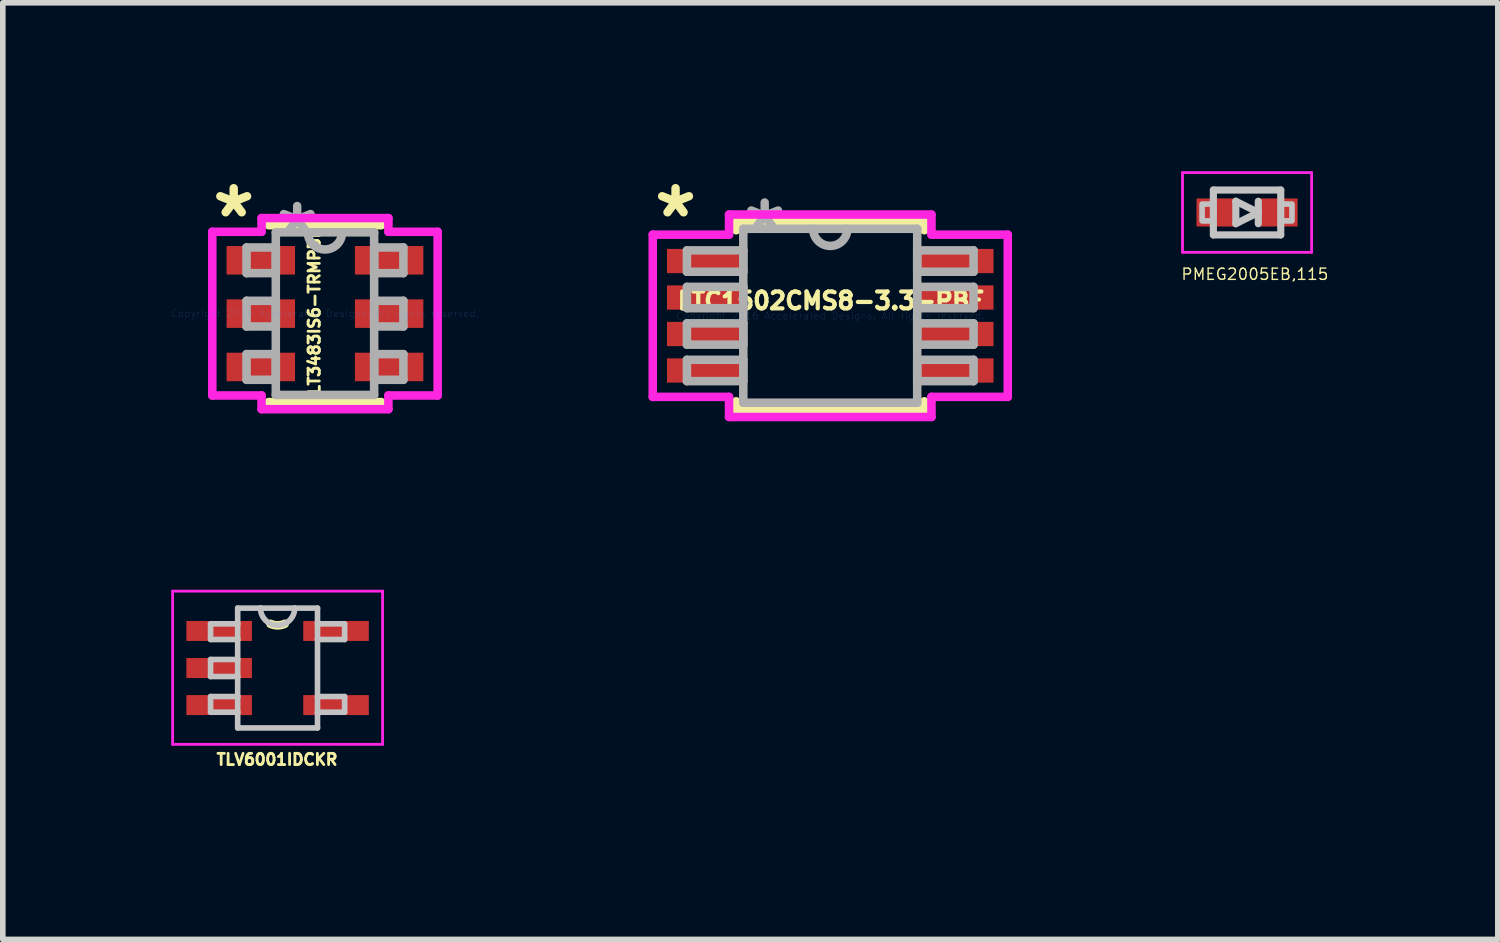
<source format=kicad_pcb>
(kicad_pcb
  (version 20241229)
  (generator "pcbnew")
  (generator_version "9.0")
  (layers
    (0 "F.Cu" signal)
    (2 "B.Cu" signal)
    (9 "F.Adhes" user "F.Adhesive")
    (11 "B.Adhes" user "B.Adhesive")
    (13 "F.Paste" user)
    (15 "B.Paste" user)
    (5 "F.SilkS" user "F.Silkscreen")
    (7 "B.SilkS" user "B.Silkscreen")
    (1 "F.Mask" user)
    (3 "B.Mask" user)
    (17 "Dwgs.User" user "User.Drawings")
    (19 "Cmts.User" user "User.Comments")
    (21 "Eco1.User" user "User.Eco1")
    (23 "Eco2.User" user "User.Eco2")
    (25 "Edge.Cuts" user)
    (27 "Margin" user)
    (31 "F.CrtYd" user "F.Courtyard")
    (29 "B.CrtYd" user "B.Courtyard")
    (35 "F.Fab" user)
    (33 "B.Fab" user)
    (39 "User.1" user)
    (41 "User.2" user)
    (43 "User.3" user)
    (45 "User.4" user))
  (footprint "LTC1502CMS8-3.3-PBF"
    (layer "F.Cu")
    (at 11.74 2.575)
    (property "Reference" "LTC1502CMS8-3.3-PBF" (at 0.013 -0.267 0) (layer "F.SilkS") (effects (font (size 0.3 0.3) (thickness 0.075))))
    (attr through_hole)
    (fp_line (start -1.676 -1.676) (end -1.676 -1.524) (stroke (width 0.152) (type solid)) (layer "F.SilkS"))
    (fp_line (start -1.676 1.524) (end -1.676 1.676) (stroke (width 0.152) (type solid)) (layer "F.SilkS"))
    (fp_line (start -1.676 1.676) (end 1.676 1.676) (stroke (width 0.152) (type solid)) (layer "F.SilkS"))
    (fp_line (start 1.676 -1.676) (end -1.676 -1.676) (stroke (width 0.152) (type solid)) (layer "F.SilkS"))
    (fp_line (start 1.676 -1.524) (end 1.676 -1.676) (stroke (width 0.152) (type solid)) (layer "F.SilkS"))
    (fp_line (start 1.676 1.676) (end 1.676 1.524) (stroke (width 0.152) (type solid)) (layer "F.SilkS"))
    (fp_line (start -3.162 -1.445) (end -1.803 -1.445) (stroke (width 0.152) (type solid)) (layer "F.CrtYd"))
    (fp_line (start -3.162 1.445) (end -3.162 -1.445) (stroke (width 0.152) (type solid)) (layer "F.CrtYd"))
    (fp_line (start -1.803 -1.803) (end 1.803 -1.803) (stroke (width 0.152) (type solid)) (layer "F.CrtYd"))
    (fp_line (start -1.803 -1.445) (end -1.803 -1.803) (stroke (width 0.152) (type solid)) (layer "F.CrtYd"))
    (fp_line (start -1.803 1.445) (end -3.162 1.445) (stroke (width 0.152) (type solid)) (layer "F.CrtYd"))
    (fp_line (start -1.803 1.803) (end -1.803 1.445) (stroke (width 0.152) (type solid)) (layer "F.CrtYd"))
    (fp_line (start 1.803 -1.803) (end 1.803 -1.445) (stroke (width 0.152) (type solid)) (layer "F.CrtYd"))
    (fp_line (start 1.803 -1.445) (end 3.162 -1.445) (stroke (width 0.152) (type solid)) (layer "F.CrtYd"))
    (fp_line (start 1.803 1.445) (end 1.803 1.803) (stroke (width 0.152) (type solid)) (layer "F.CrtYd"))
    (fp_line (start 1.803 1.803) (end -1.803 1.803) (stroke (width 0.152) (type solid)) (layer "F.CrtYd"))
    (fp_line (start 3.162 -1.445) (end 3.162 1.445) (stroke (width 0.152) (type solid)) (layer "F.CrtYd"))
    (fp_line (start 3.162 1.445) (end 1.803 1.445) (stroke (width 0.152) (type solid)) (layer "F.CrtYd"))
    (fp_line (start -2.553 -1.165) (end -2.553 -0.784) (stroke (width 0.152) (type solid)) (layer "F.Fab"))
    (fp_line (start -2.553 -0.784) (end -1.549 -0.784) (stroke (width 0.152) (type solid)) (layer "F.Fab"))
    (fp_line (start -2.553 -0.515) (end -2.553 -0.135) (stroke (width 0.152) (type solid)) (layer "F.Fab"))
    (fp_line (start -2.553 -0.135) (end -1.549 -0.135) (stroke (width 0.152) (type solid)) (layer "F.Fab"))
    (fp_line (start -2.553 0.135) (end -2.553 0.515) (stroke (width 0.152) (type solid)) (layer "F.Fab"))
    (fp_line (start -2.553 0.515) (end -1.549 0.515) (stroke (width 0.152) (type solid)) (layer "F.Fab"))
    (fp_line (start -2.553 0.784) (end -2.553 1.165) (stroke (width 0.152) (type solid)) (layer "F.Fab"))
    (fp_line (start -2.553 1.165) (end -1.549 1.165) (stroke (width 0.152) (type solid)) (layer "F.Fab"))
    (fp_line (start -1.549 -1.549) (end -1.549 1.549) (stroke (width 0.152) (type solid)) (layer "F.Fab"))
    (fp_line (start -1.549 -1.165) (end -2.553 -1.165) (stroke (width 0.152) (type solid)) (layer "F.Fab"))
    (fp_line (start -1.549 -0.784) (end -1.549 -1.165) (stroke (width 0.152) (type solid)) (layer "F.Fab"))
    (fp_line (start -1.549 -0.515) (end -2.553 -0.515) (stroke (width 0.152) (type solid)) (layer "F.Fab"))
    (fp_line (start -1.549 -0.135) (end -1.549 -0.515) (stroke (width 0.152) (type solid)) (layer "F.Fab"))
    (fp_line (start -1.549 0.135) (end -2.553 0.135) (stroke (width 0.152) (type solid)) (layer "F.Fab"))
    (fp_line (start -1.549 0.515) (end -1.549 0.135) (stroke (width 0.152) (type solid)) (layer "F.Fab"))
    (fp_line (start -1.549 0.784) (end -2.553 0.784) (stroke (width 0.152) (type solid)) (layer "F.Fab"))
    (fp_line (start -1.549 1.165) (end -1.549 0.784) (stroke (width 0.152) (type solid)) (layer "F.Fab"))
    (fp_line (start -1.549 1.549) (end 1.549 1.549) (stroke (width 0.152) (type solid)) (layer "F.Fab"))
    (fp_line (start 1.549 -1.549) (end -1.549 -1.549) (stroke (width 0.152) (type solid)) (layer "F.Fab"))
    (fp_line (start 1.549 -1.165) (end 1.549 -0.784) (stroke (width 0.152) (type solid)) (layer "F.Fab"))
    (fp_line (start 1.549 -0.784) (end 2.553 -0.784) (stroke (width 0.152) (type solid)) (layer "F.Fab"))
    (fp_line (start 1.549 -0.515) (end 1.549 -0.135) (stroke (width 0.152) (type solid)) (layer "F.Fab"))
    (fp_line (start 1.549 -0.135) (end 2.553 -0.135) (stroke (width 0.152) (type solid)) (layer "F.Fab"))
    (fp_line (start 1.549 0.135) (end 1.549 0.515) (stroke (width 0.152) (type solid)) (layer "F.Fab"))
    (fp_line (start 1.549 0.515) (end 2.553 0.515) (stroke (width 0.152) (type solid)) (layer "F.Fab"))
    (fp_line (start 1.549 0.784) (end 1.549 1.165) (stroke (width 0.152) (type solid)) (layer "F.Fab"))
    (fp_line (start 1.549 1.165) (end 2.553 1.165) (stroke (width 0.152) (type solid)) (layer "F.Fab"))
    (fp_line (start 1.549 1.549) (end 1.549 -1.549) (stroke (width 0.152) (type solid)) (layer "F.Fab"))
    (fp_line (start 2.553 -1.165) (end 1.549 -1.165) (stroke (width 0.152) (type solid)) (layer "F.Fab"))
    (fp_line (start 2.553 -0.784) (end 2.553 -1.165) (stroke (width 0.152) (type solid)) (layer "F.Fab"))
    (fp_line (start 2.553 -0.515) (end 1.549 -0.515) (stroke (width 0.152) (type solid)) (layer "F.Fab"))
    (fp_line (start 2.553 -0.135) (end 2.553 -0.515) (stroke (width 0.152) (type solid)) (layer "F.Fab"))
    (fp_line (start 2.553 0.135) (end 1.549 0.135) (stroke (width 0.152) (type solid)) (layer "F.Fab"))
    (fp_line (start 2.553 0.515) (end 2.553 0.135) (stroke (width 0.152) (type solid)) (layer "F.Fab"))
    (fp_line (start 2.553 0.784) (end 1.549 0.784) (stroke (width 0.152) (type solid)) (layer "F.Fab"))
    (fp_line (start 2.553 1.165) (end 2.553 0.784) (stroke (width 0.152) (type solid)) (layer "F.Fab"))
    (fp_arc (start 0.3048 -1.5494) (mid 0 -1.2446) (end -0.3048 -1.5494) (stroke (width 0.1524) (type solid)) (layer "F.Fab"))
    (fp_text user "*" (at -2.756 -1.727 0) (layer "F.SilkS") (effects (font (size 1 1) (thickness 0.15))))
    (fp_text user "Copyright 2016 Accelerated Designs. All rights reserved." (at 0 0 0) (layer "Cmts.User") (effects (font (size 0.127 0.127) (thickness 0.002))))
    (fp_text user "*" (at -1.168 -1.473 0) (layer "F.Fab") (effects (font (size 1 1) (thickness 0.15))))
    (pad "1" smd rect (at -2.21 -0.975) (size 1.397 0.432) (layers "F.Cu" "F.Mask" "F.Paste"))
    (pad "2" smd rect (at -2.21 -0.325) (size 1.397 0.432) (layers "F.Cu" "F.Mask" "F.Paste"))
    (pad "3" smd rect (at -2.21 0.325) (size 1.397 0.432) (layers "F.Cu" "F.Mask" "F.Paste"))
    (pad "4" smd rect (at -2.21 0.975) (size 1.397 0.432) (layers "F.Cu" "F.Mask" "F.Paste"))
    (pad "5" smd rect (at 2.21 0.975) (size 1.397 0.432) (layers "F.Cu" "F.Mask" "F.Paste"))
    (pad "6" smd rect (at 2.21 0.325) (size 1.397 0.432) (layers "F.Cu" "F.Mask" "F.Paste"))
    (pad "7" smd rect (at 2.21 -0.325) (size 1.397 0.432) (layers "F.Cu" "F.Mask" "F.Paste"))
    (pad "8" smd rect (at 2.21 -0.975) (size 1.397 0.432) (layers "F.Cu" "F.Mask" "F.Paste")))
  (footprint "PMEG2005EB,115"
    (layer "F.Cu")
    (at 19.165 0.735)
    (property "Reference" "PMEG2005EB,115" (at 0.14 1.1 0) (layer "F.SilkS") (effects (font (size 0.2 0.2) (thickness 0.025))))
    (attr smd)
    (fp_line (start -0.6 -0.4) (end -0.6 0.4) (stroke (width 0.127) (type solid)) (layer "Dwgs.User"))
    (fp_line (start -0.6 -0.4) (end 0.6 -0.4) (stroke (width 0.127) (type solid)) (layer "Dwgs.User"))
    (fp_line (start -0.2 -0.2) (end -0.2 0.2) (stroke (width 0.127) (type solid)) (layer "Dwgs.User"))
    (fp_line (start -0.2 0.2) (end 0.2 0) (stroke (width 0.127) (type solid)) (layer "Dwgs.User"))
    (fp_line (start 0.2 -0.2) (end 0.2 0) (stroke (width 0.127) (type solid)) (layer "Dwgs.User"))
    (fp_line (start 0.2 0) (end -0.2 -0.2) (stroke (width 0.127) (type solid)) (layer "Dwgs.User"))
    (fp_line (start 0.2 0) (end 0.2 0.2) (stroke (width 0.127) (type solid)) (layer "Dwgs.User"))
    (fp_line (start 0.6 -0.4) (end 0.6 0.4) (stroke (width 0.127) (type solid)) (layer "Dwgs.User"))
    (fp_line (start 0.6 0.4) (end -0.6 0.4) (stroke (width 0.127) (type solid)) (layer "Dwgs.User"))
    (fp_poly (pts (xy -0.801 -0.15) (xy -0.6 -0.15) (xy -0.6 0.15) (xy -0.801 0.15)) (stroke (width 0.1) (type solid)) (fill no) (layer "Dwgs.User"))
    (fp_poly (pts (xy 0.601 -0.15) (xy 0.8 -0.15) (xy 0.8 0.15) (xy 0.601 0.15)) (stroke (width 0.1) (type solid)) (fill no) (layer "Dwgs.User"))
    (fp_line (start -1.15 -0.71) (end 1.15 -0.71) (stroke (width 0.05) (type solid)) (layer "F.CrtYd"))
    (fp_line (start -1.15 0.71) (end -1.15 -0.71) (stroke (width 0.05) (type solid)) (layer "F.CrtYd"))
    (fp_line (start -1.15 0.71) (end 1.15 0.71) (stroke (width 0.05) (type solid)) (layer "F.CrtYd"))
    (fp_line (start 1.15 0.71) (end 1.15 -0.71) (stroke (width 0.05) (type solid)) (layer "F.CrtYd"))
    (pad "1" smd rect (at 0.55 0) (size 0.7 0.5) (layers "F.Cu" "F.Mask" "F.Paste"))
    (pad "2" smd rect (at -0.55 0) (size 0.7 0.5) (layers "F.Cu" "F.Mask" "F.Paste")))
  (footprint "TLV6001IDCKR"
    (layer "F.Cu")
    (at 1.895 8.85)
    (property "Reference" "TLV6001IDCKR" (at -0.01 1.63 180) (layer "F.SilkS") (effects (font (size 0.2 0.2) (thickness 0.05))))
    (attr smd)
    (fp_arc (start 0.127003 -0.787401) (mid 0.000002 -0.759826) (end -0.127 -0.7874) (stroke (width 0.1524) (type solid)) (layer "F.SilkS"))
    (fp_line (start -1.194 -0.787) (end -1.194 -0.508) (stroke (width 0.1) (type solid)) (layer "Dwgs.User"))
    (fp_line (start -1.194 -0.508) (end -0.711 -0.508) (stroke (width 0.1) (type solid)) (layer "Dwgs.User"))
    (fp_line (start -1.194 -0.152) (end -1.194 0.152) (stroke (width 0.1) (type solid)) (layer "Dwgs.User"))
    (fp_line (start -1.194 0.152) (end -0.711 0.152) (stroke (width 0.1) (type solid)) (layer "Dwgs.User"))
    (fp_line (start -1.194 0.508) (end -1.194 0.787) (stroke (width 0.1) (type solid)) (layer "Dwgs.User"))
    (fp_line (start -1.194 0.787) (end -0.711 0.787) (stroke (width 0.1) (type solid)) (layer "Dwgs.User"))
    (fp_line (start -0.711 -1.067) (end -0.711 -0.787) (stroke (width 0.1) (type solid)) (layer "Dwgs.User"))
    (fp_line (start -0.711 -0.787) (end -1.194 -0.787) (stroke (width 0.1) (type solid)) (layer "Dwgs.User"))
    (fp_line (start -0.711 -0.787) (end -0.711 -0.508) (stroke (width 0.1) (type solid)) (layer "Dwgs.User"))
    (fp_line (start -0.711 -0.508) (end -0.711 -0.152) (stroke (width 0.1) (type solid)) (layer "Dwgs.User"))
    (fp_line (start -0.711 -0.152) (end -1.194 -0.152) (stroke (width 0.1) (type solid)) (layer "Dwgs.User"))
    (fp_line (start -0.711 -0.152) (end -0.711 0.152) (stroke (width 0.1) (type solid)) (layer "Dwgs.User"))
    (fp_line (start -0.711 0.152) (end -0.711 0.508) (stroke (width 0.1) (type solid)) (layer "Dwgs.User"))
    (fp_line (start -0.711 0.508) (end -1.194 0.508) (stroke (width 0.1) (type solid)) (layer "Dwgs.User"))
    (fp_line (start -0.711 0.787) (end -0.711 0.508) (stroke (width 0.1) (type solid)) (layer "Dwgs.User"))
    (fp_line (start -0.711 1.067) (end -0.711 0.787) (stroke (width 0.1) (type solid)) (layer "Dwgs.User"))
    (fp_line (start -0.711 1.067) (end 0.711 1.067) (stroke (width 0.1) (type solid)) (layer "Dwgs.User"))
    (fp_line (start -0.305 -1.067) (end -0.711 -1.067) (stroke (width 0.1) (type solid)) (layer "Dwgs.User"))
    (fp_line (start 0.305 -1.067) (end -0.305 -1.067) (stroke (width 0.1) (type solid)) (layer "Dwgs.User"))
    (fp_line (start 0.711 -1.067) (end 0.305 -1.067) (stroke (width 0.1) (type solid)) (layer "Dwgs.User"))
    (fp_line (start 0.711 -1.067) (end 0.711 -0.787) (stroke (width 0.1) (type solid)) (layer "Dwgs.User"))
    (fp_line (start 0.711 -0.787) (end 0.711 -0.508) (stroke (width 0.1) (type solid)) (layer "Dwgs.User"))
    (fp_line (start 0.711 -0.508) (end 1.194 -0.508) (stroke (width 0.1) (type solid)) (layer "Dwgs.User"))
    (fp_line (start 0.711 0.508) (end 0.711 -0.508) (stroke (width 0.1) (type solid)) (layer "Dwgs.User"))
    (fp_line (start 0.711 0.787) (end 0.711 0.508) (stroke (width 0.1) (type solid)) (layer "Dwgs.User"))
    (fp_line (start 0.711 0.787) (end 1.194 0.787) (stroke (width 0.1) (type solid)) (layer "Dwgs.User"))
    (fp_line (start 0.711 1.067) (end 0.711 0.787) (stroke (width 0.1) (type solid)) (layer "Dwgs.User"))
    (fp_line (start 1.194 -0.787) (end 0.711 -0.787) (stroke (width 0.1) (type solid)) (layer "Dwgs.User"))
    (fp_line (start 1.194 -0.508) (end 1.194 -0.787) (stroke (width 0.1) (type solid)) (layer "Dwgs.User"))
    (fp_line (start 1.194 0.508) (end 0.711 0.508) (stroke (width 0.1) (type solid)) (layer "Dwgs.User"))
    (fp_line (start 1.194 0.787) (end 1.194 0.508) (stroke (width 0.1) (type solid)) (layer "Dwgs.User"))
    (fp_arc (start 0.3048 -1.0668) (mid 0 -0.762) (end -0.3048 -1.0668) (stroke (width 0.1) (type solid)) (layer "Dwgs.User"))
    (fp_line (start -1.87 -1.37) (end -1.87 1.36) (stroke (width 0.05) (type solid)) (layer "F.CrtYd"))
    (fp_line (start -1.87 -1.37) (end 1.87 -1.37) (stroke (width 0.05) (type solid)) (layer "F.CrtYd"))
    (fp_line (start -1.87 1.36) (end 1.87 1.36) (stroke (width 0.05) (type solid)) (layer "F.CrtYd"))
    (fp_line (start 1.87 -1.37) (end 1.87 1.36) (stroke (width 0.05) (type solid)) (layer "F.CrtYd"))
    (pad "1" smd rect (at -1.041 -0.66) (size 1.168 0.356) (layers "F.Cu" "F.Mask" "F.Paste"))
    (pad "2" smd rect (at -1.041 0) (size 1.168 0.356) (layers "F.Cu" "F.Mask" "F.Paste"))
    (pad "3" smd rect (at -1.041 0.66) (size 1.168 0.356) (layers "F.Cu" "F.Mask" "F.Paste"))
    (pad "4" smd rect (at 1.041 0.66) (size 1.168 0.356) (layers "F.Cu" "F.Mask" "F.Paste"))
    (pad "5" smd rect (at 1.041 -0.66) (size 1.168 0.356) (layers "F.Cu" "F.Mask" "F.Paste")))
  (footprint "LT3483IS6-TRMPBF"
    (layer "F.Cu")
    (at 2.739 2.537)
    (property "Reference" "LT3483IS6-TRMPBF" (at -0.191 -0.038 90) (layer "F.SilkS") (effects (font (size 0.2 0.2) (thickness 0.05))))
    (attr through_hole)
    (fp_line (start -1.003 1.575) (end 1.003 1.575) (stroke (width 0.152) (type solid)) (layer "F.SilkS"))
    (fp_line (start 1.003 -1.575) (end -1.003 -1.575) (stroke (width 0.152) (type solid)) (layer "F.SilkS"))
    (fp_line (start -2.007 -1.458) (end -1.13 -1.458) (stroke (width 0.152) (type solid)) (layer "F.CrtYd"))
    (fp_line (start -2.007 1.458) (end -2.007 -1.458) (stroke (width 0.152) (type solid)) (layer "F.CrtYd"))
    (fp_line (start -1.13 -1.702) (end 1.13 -1.702) (stroke (width 0.152) (type solid)) (layer "F.CrtYd"))
    (fp_line (start -1.13 -1.458) (end -1.13 -1.702) (stroke (width 0.152) (type solid)) (layer "F.CrtYd"))
    (fp_line (start -1.13 1.458) (end -2.007 1.458) (stroke (width 0.152) (type solid)) (layer "F.CrtYd"))
    (fp_line (start -1.13 1.702) (end -1.13 1.458) (stroke (width 0.152) (type solid)) (layer "F.CrtYd"))
    (fp_line (start 1.13 -1.702) (end 1.13 -1.458) (stroke (width 0.152) (type solid)) (layer "F.CrtYd"))
    (fp_line (start 1.13 -1.458) (end 2.007 -1.458) (stroke (width 0.152) (type solid)) (layer "F.CrtYd"))
    (fp_line (start 1.13 1.458) (end 1.13 1.702) (stroke (width 0.152) (type solid)) (layer "F.CrtYd"))
    (fp_line (start 1.13 1.702) (end -1.13 1.702) (stroke (width 0.152) (type solid)) (layer "F.CrtYd"))
    (fp_line (start 2.007 -1.458) (end 2.007 1.458) (stroke (width 0.152) (type solid)) (layer "F.CrtYd"))
    (fp_line (start 2.007 1.458) (end 1.13 1.458) (stroke (width 0.152) (type solid)) (layer "F.CrtYd"))
    (fp_line (start -1.397 -1.179) (end -1.397 -0.721) (stroke (width 0.152) (type solid)) (layer "F.Fab"))
    (fp_line (start -1.397 -0.721) (end -0.876 -0.721) (stroke (width 0.152) (type solid)) (layer "F.Fab"))
    (fp_line (start -1.397 -0.229) (end -1.397 0.229) (stroke (width 0.152) (type solid)) (layer "F.Fab"))
    (fp_line (start -1.397 0.229) (end -0.876 0.229) (stroke (width 0.152) (type solid)) (layer "F.Fab"))
    (fp_line (start -1.397 0.721) (end -1.397 1.179) (stroke (width 0.152) (type solid)) (layer "F.Fab"))
    (fp_line (start -1.397 1.179) (end -0.876 1.179) (stroke (width 0.152) (type solid)) (layer "F.Fab"))
    (fp_line (start -0.876 -1.448) (end -0.876 1.448) (stroke (width 0.152) (type solid)) (layer "F.Fab"))
    (fp_line (start -0.876 -1.179) (end -1.397 -1.179) (stroke (width 0.152) (type solid)) (layer "F.Fab"))
    (fp_line (start -0.876 -0.721) (end -0.876 -1.179) (stroke (width 0.152) (type solid)) (layer "F.Fab"))
    (fp_line (start -0.876 -0.229) (end -1.397 -0.229) (stroke (width 0.152) (type solid)) (layer "F.Fab"))
    (fp_line (start -0.876 0.229) (end -0.876 -0.229) (stroke (width 0.152) (type solid)) (layer "F.Fab"))
    (fp_line (start -0.876 0.721) (end -1.397 0.721) (stroke (width 0.152) (type solid)) (layer "F.Fab"))
    (fp_line (start -0.876 1.179) (end -0.876 0.721) (stroke (width 0.152) (type solid)) (layer "F.Fab"))
    (fp_line (start -0.876 1.448) (end 0.876 1.448) (stroke (width 0.152) (type solid)) (layer "F.Fab"))
    (fp_line (start 0.876 -1.448) (end -0.876 -1.448) (stroke (width 0.152) (type solid)) (layer "F.Fab"))
    (fp_line (start 0.876 -1.179) (end 0.876 -0.721) (stroke (width 0.152) (type solid)) (layer "F.Fab"))
    (fp_line (start 0.876 -0.721) (end 1.397 -0.721) (stroke (width 0.152) (type solid)) (layer "F.Fab"))
    (fp_line (start 0.876 -0.229) (end 0.876 0.229) (stroke (width 0.152) (type solid)) (layer "F.Fab"))
    (fp_line (start 0.876 0.229) (end 1.397 0.229) (stroke (width 0.152) (type solid)) (layer "F.Fab"))
    (fp_line (start 0.876 0.721) (end 0.876 1.179) (stroke (width 0.152) (type solid)) (layer "F.Fab"))
    (fp_line (start 0.876 1.179) (end 1.397 1.179) (stroke (width 0.152) (type solid)) (layer "F.Fab"))
    (fp_line (start 0.876 1.448) (end 0.876 -1.448) (stroke (width 0.152) (type solid)) (layer "F.Fab"))
    (fp_line (start 1.397 -1.179) (end 0.876 -1.179) (stroke (width 0.152) (type solid)) (layer "F.Fab"))
    (fp_line (start 1.397 -0.721) (end 1.397 -1.179) (stroke (width 0.152) (type solid)) (layer "F.Fab"))
    (fp_line (start 1.397 -0.229) (end 0.876 -0.229) (stroke (width 0.152) (type solid)) (layer "F.Fab"))
    (fp_line (start 1.397 0.229) (end 1.397 -0.229) (stroke (width 0.152) (type solid)) (layer "F.Fab"))
    (fp_line (start 1.397 0.721) (end 0.876 0.721) (stroke (width 0.152) (type solid)) (layer "F.Fab"))
    (fp_line (start 1.397 1.179) (end 1.397 0.721) (stroke (width 0.152) (type solid)) (layer "F.Fab"))
    (fp_arc (start 0.3048 -1.4478) (mid 0 -1.143) (end -0.3048 -1.4478) (stroke (width 0.1524) (type solid)) (layer "F.Fab"))
    (fp_text user "*" (at -1.626 -1.689 0) (layer "F.SilkS") (effects (font (size 1 1) (thickness 0.15))))
    (fp_text user "Copyright 2016 Accelerated Designs. All rights reserved." (at 0 0 0) (layer "Cmts.User") (effects (font (size 0.127 0.127) (thickness 0.002))))
    (fp_text user "*" (at -0.495 -1.372 0) (layer "F.Fab") (effects (font (size 1 1) (thickness 0.15))))
    (pad "1" smd rect (at -1.143 -0.95) (size 1.219 0.508) (layers "F.Cu" "F.Mask" "F.Paste"))
    (pad "2" smd rect (at -1.143 0) (size 1.219 0.508) (layers "F.Cu" "F.Mask" "F.Paste"))
    (pad "3" smd rect (at -1.143 0.95) (size 1.219 0.508) (layers "F.Cu" "F.Mask" "F.Paste"))
    (pad "4" smd rect (at 1.143 0.95) (size 1.219 0.508) (layers "F.Cu" "F.Mask" "F.Paste"))
    (pad "5" smd rect (at 1.143 0) (size 1.219 0.508) (layers "F.Cu" "F.Mask" "F.Paste"))
    (pad "6" smd rect (at 1.143 -0.95) (size 1.219 0.508) (layers "F.Cu" "F.Mask" "F.Paste")))
  (gr_rect
    (start -3 -3)
    (end 23.632 13.685)
    (stroke (width 0.1) (type default))
    (fill no)
    (layer "Edge.Cuts")))
</source>
